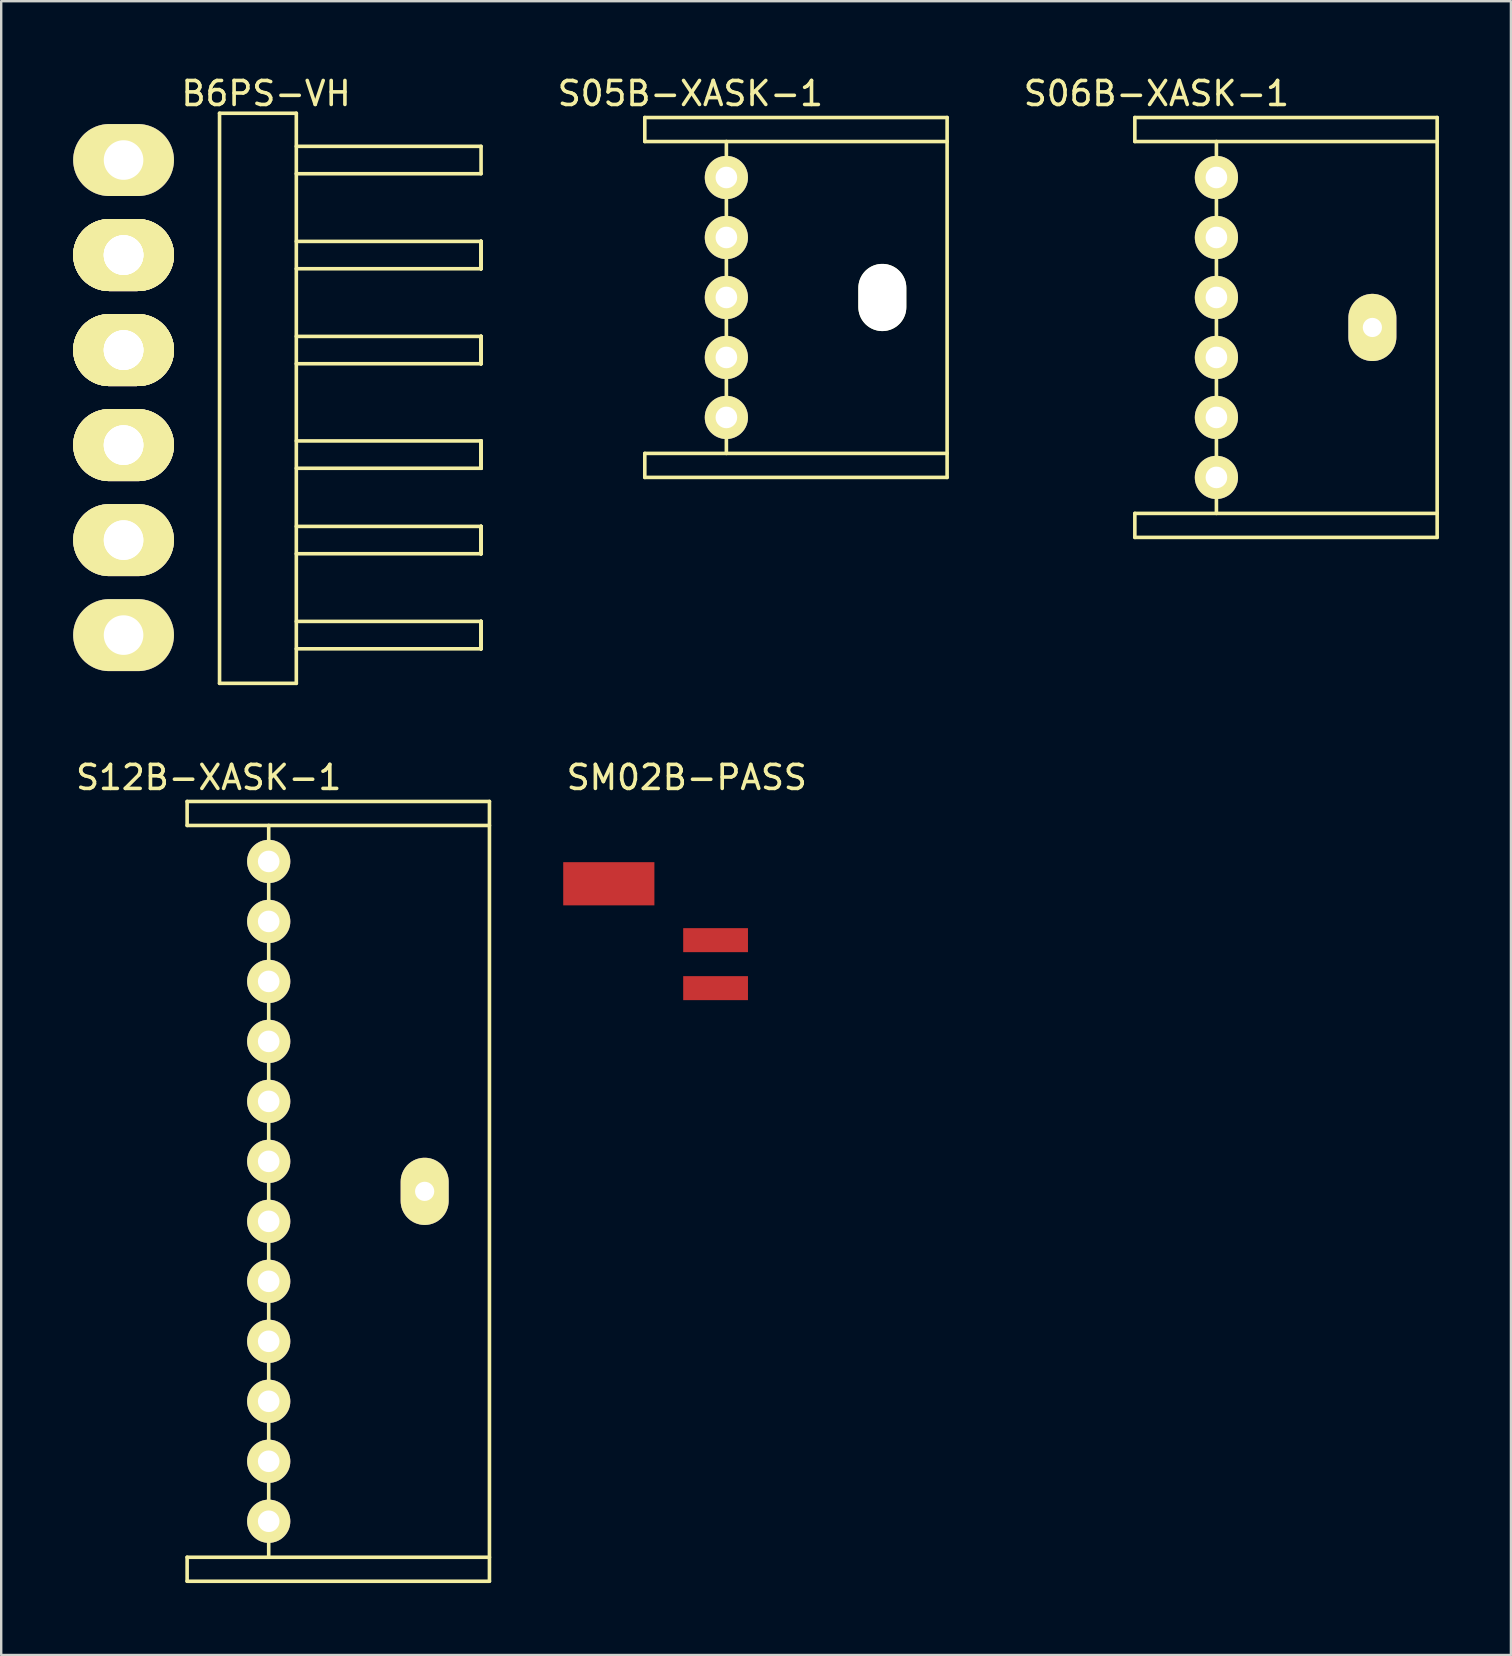
<source format=kicad_pcb>
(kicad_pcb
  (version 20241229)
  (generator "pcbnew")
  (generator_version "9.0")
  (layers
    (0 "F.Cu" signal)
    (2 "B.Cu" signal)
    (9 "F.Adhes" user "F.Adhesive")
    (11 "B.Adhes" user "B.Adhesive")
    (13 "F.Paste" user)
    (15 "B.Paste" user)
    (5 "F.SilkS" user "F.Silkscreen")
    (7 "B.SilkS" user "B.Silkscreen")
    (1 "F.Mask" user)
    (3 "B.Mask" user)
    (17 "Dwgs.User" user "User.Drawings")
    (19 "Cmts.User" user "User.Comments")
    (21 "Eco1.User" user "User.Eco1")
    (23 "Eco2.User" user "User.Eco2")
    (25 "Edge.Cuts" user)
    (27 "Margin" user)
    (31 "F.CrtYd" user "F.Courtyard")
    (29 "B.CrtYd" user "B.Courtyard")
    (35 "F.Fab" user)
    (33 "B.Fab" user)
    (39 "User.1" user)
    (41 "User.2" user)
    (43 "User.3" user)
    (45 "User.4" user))
  (footprint "S06B-XASK-1"
    (placed yes)
    (layer "F.Cu")
    (at 47.648 4.348)
    (property "Reference" "S06B-XASK-1" (at -2.5 -3.5 0) (layer "F.SilkS") (effects (font (size 1 1) (thickness 0.15))))
    (attr through_hole)
    (fp_line (start -3.4 -2.5) (end -3.4 -1.5) (stroke (width 0.15) (type solid)) (layer "F.SilkS"))
    (fp_line (start -3.4 -2.5) (end 9.2 -2.5) (stroke (width 0.15) (type solid)) (layer "F.SilkS"))
    (fp_line (start -3.4 -1.5) (end 9.2 -1.5) (stroke (width 0.15) (type solid)) (layer "F.SilkS"))
    (fp_line (start -3.4 14) (end 9.2 14) (stroke (width 0.15) (type solid)) (layer "F.SilkS"))
    (fp_line (start -3.4 15) (end -3.4 14) (stroke (width 0.15) (type solid)) (layer "F.SilkS"))
    (fp_line (start 0 -1.5) (end 0 14) (stroke (width 0.15) (type solid)) (layer "F.SilkS"))
    (fp_line (start 9.2 -2.5) (end 9.2 15) (stroke (width 0.15) (type solid)) (layer "F.SilkS"))
    (fp_line (start 9.2 15) (end -3.4 15) (stroke (width 0.15) (type solid)) (layer "F.SilkS"))
    (pad "" thru_hole oval (at 6.5 6.25) (size 2 2.8) (drill 0.8) (layers "*.Cu" "*.Mask" "F.SilkS"))
    (pad "1" thru_hole oval (at 0 0) (size 1.8 1.8) (drill 0.9) (layers "*.Cu" "*.Mask" "F.SilkS"))
    (pad "2" thru_hole oval (at 0 2.5) (size 1.8 1.8) (drill 0.9) (layers "*.Cu" "*.Mask" "F.SilkS"))
    (pad "3" thru_hole oval (at 0 5) (size 1.8 1.8) (drill 0.9) (layers "*.Cu" "*.Mask" "F.SilkS"))
    (pad "4" thru_hole oval (at 0 7.5) (size 1.8 1.8) (drill 0.9) (layers "*.Cu" "*.Mask" "F.SilkS"))
    (pad "5" thru_hole oval (at 0 10) (size 1.8 1.8) (drill 0.9) (layers "*.Cu" "*.Mask" "F.SilkS"))
    (pad "6" thru_hole oval (at 0 12.5) (size 1.8 1.8) (drill 0.9) (layers "*.Cu" "*.Mask" "F.SilkS")))
  (footprint "SM02B-PASS"
    (layer "F.Cu")
    (at 25.574 33.934)
    (property "Reference" "SM02B-PASS" (at 0 -4.58 0) (layer "F.SilkS") (effects (font (size 1 1) (thickness 0.15))))
    (attr through_hole)
    (pad "" connect rect (at -3.25 -0.15) (size 3.8 1.8) (layers "F.Cu" "F.Mask"))
    (pad "1" smd rect (at 1.2 2.2) (size 2.7 1) (layers "F.Cu" "F.Mask" "F.Paste"))
    (pad "2" smd rect (at 1.2 4.2) (size 2.7 1) (layers "F.Cu" "F.Mask" "F.Paste")))
  (footprint "B6PS-VH"
    (layer "F.Cu")
    (at 2.1 3.62)
    (property "Reference" "B6PS-VH" (at 5.94 -2.772 0) (layer "F.SilkS") (effects (font (size 1 1) (thickness 0.15))))
    (attr through_hole)
    (fp_line (start 4 -1.95) (end 4 21.81) (stroke (width 0.15) (type solid)) (layer "F.SilkS"))
    (fp_line (start 4 21.81) (end 7.2 21.81) (stroke (width 0.15) (type solid)) (layer "F.SilkS"))
    (fp_line (start 7.2 -1.95) (end 4 -1.95) (stroke (width 0.15) (type solid)) (layer "F.SilkS"))
    (fp_line (start 7.2 -0.57) (end 14.9 -0.57) (stroke (width 0.15) (type solid)) (layer "F.SilkS"))
    (fp_line (start 7.2 3.39) (end 14.9 3.39) (stroke (width 0.15) (type solid)) (layer "F.SilkS"))
    (fp_line (start 7.2 7.35) (end 14.9 7.35) (stroke (width 0.15) (type solid)) (layer "F.SilkS"))
    (fp_line (start 7.2 11.706) (end 14.9 11.706) (stroke (width 0.15) (type solid)) (layer "F.SilkS"))
    (fp_line (start 7.2 15.27) (end 14.9 15.27) (stroke (width 0.15) (type solid)) (layer "F.SilkS"))
    (fp_line (start 7.2 19.23) (end 14.9 19.23) (stroke (width 0.15) (type solid)) (layer "F.SilkS"))
    (fp_line (start 7.2 21.81) (end 7.2 -1.95) (stroke (width 0.15) (type solid)) (layer "F.SilkS"))
    (fp_line (start 14.9 -0.57) (end 14.9 0.57) (stroke (width 0.15) (type solid)) (layer "F.SilkS"))
    (fp_line (start 14.9 0.57) (end 7.2 0.57) (stroke (width 0.15) (type solid)) (layer "F.SilkS"))
    (fp_line (start 14.9 3.39) (end 14.9 4.53) (stroke (width 0.15) (type solid)) (layer "F.SilkS"))
    (fp_line (start 14.9 3.39) (end 14.9 4.53) (stroke (width 0.15) (type solid)) (layer "F.SilkS"))
    (fp_line (start 14.9 3.39) (end 14.9 4.53) (stroke (width 0.15) (type solid)) (layer "F.SilkS"))
    (fp_line (start 14.9 3.39) (end 14.9 4.53) (stroke (width 0.15) (type solid)) (layer "F.SilkS"))
    (fp_line (start 14.9 4.53) (end 7.2 4.53) (stroke (width 0.15) (type solid)) (layer "F.SilkS"))
    (fp_line (start 14.9 7.35) (end 14.9 8.49) (stroke (width 0.15) (type solid)) (layer "F.SilkS"))
    (fp_line (start 14.9 7.35) (end 14.9 8.49) (stroke (width 0.15) (type solid)) (layer "F.SilkS"))
    (fp_line (start 14.9 7.35) (end 14.9 8.49) (stroke (width 0.15) (type solid)) (layer "F.SilkS"))
    (fp_line (start 14.9 7.35) (end 14.9 8.49) (stroke (width 0.15) (type solid)) (layer "F.SilkS"))
    (fp_line (start 14.9 8.49) (end 7.2 8.49) (stroke (width 0.15) (type solid)) (layer "F.SilkS"))
    (fp_line (start 14.9 11.706) (end 14.9 12.846) (stroke (width 0.15) (type solid)) (layer "F.SilkS"))
    (fp_line (start 14.9 11.706) (end 14.9 12.846) (stroke (width 0.15) (type solid)) (layer "F.SilkS"))
    (fp_line (start 14.9 11.706) (end 14.9 12.846) (stroke (width 0.15) (type solid)) (layer "F.SilkS"))
    (fp_line (start 14.9 11.706) (end 14.9 12.846) (stroke (width 0.15) (type solid)) (layer "F.SilkS"))
    (fp_line (start 14.9 12.846) (end 7.2 12.846) (stroke (width 0.15) (type solid)) (layer "F.SilkS"))
    (fp_line (start 14.9 15.27) (end 14.9 16.41) (stroke (width 0.15) (type solid)) (layer "F.SilkS"))
    (fp_line (start 14.9 15.27) (end 14.9 16.41) (stroke (width 0.15) (type solid)) (layer "F.SilkS"))
    (fp_line (start 14.9 15.27) (end 14.9 16.41) (stroke (width 0.15) (type solid)) (layer "F.SilkS"))
    (fp_line (start 14.9 15.27) (end 14.9 16.41) (stroke (width 0.15) (type solid)) (layer "F.SilkS"))
    (fp_line (start 14.9 16.41) (end 7.2 16.41) (stroke (width 0.15) (type solid)) (layer "F.SilkS"))
    (fp_line (start 14.9 19.23) (end 14.9 20.37) (stroke (width 0.15) (type solid)) (layer "F.SilkS"))
    (fp_line (start 14.9 19.23) (end 14.9 20.37) (stroke (width 0.15) (type solid)) (layer "F.SilkS"))
    (fp_line (start 14.9 19.23) (end 14.9 20.37) (stroke (width 0.15) (type solid)) (layer "F.SilkS"))
    (fp_line (start 14.9 19.23) (end 14.9 20.37) (stroke (width 0.15) (type solid)) (layer "F.SilkS"))
    (fp_line (start 14.9 20.37) (end 7.2 20.37) (stroke (width 0.15) (type solid)) (layer "F.SilkS"))
    (pad "1" thru_hole oval (at 0 0) (size 4.2 3) (drill 1.65) (layers "*.Cu" "*.Mask" "F.SilkS"))
    (pad "2" thru_hole oval (at 0 3.96) (size 4.2 3) (drill 1.65) (layers "*.Cu" "*.Mask" "F.SilkS"))
    (pad "2" thru_hole oval (at 0 3.96) (size 4.2 3) (drill 1.65) (layers "*.Cu" "*.Mask" "F.SilkS"))
    (pad "2" thru_hole oval (at 0 3.96) (size 4.2 3) (drill 1.65) (layers "*.Cu" "*.Mask" "F.SilkS"))
    (pad "2" thru_hole oval (at 0 3.96) (size 4.2 3) (drill 1.65) (layers "*.Cu" "*.Mask" "F.SilkS"))
    (pad "3" thru_hole oval (at 0 7.92) (size 4.2 3) (drill 1.65) (layers "*.Cu" "*.Mask" "F.SilkS"))
    (pad "3" thru_hole oval (at 0 7.92) (size 4.2 3) (drill 1.65) (layers "*.Cu" "*.Mask" "F.SilkS"))
    (pad "3" thru_hole oval (at 0 7.92) (size 4.2 3) (drill 1.65) (layers "*.Cu" "*.Mask" "F.SilkS"))
    (pad "3" thru_hole oval (at 0 7.92) (size 4.2 3) (drill 1.65) (layers "*.Cu" "*.Mask" "F.SilkS"))
    (pad "4" thru_hole oval (at 0 11.88) (size 4.2 3) (drill 1.65) (layers "*.Cu" "*.Mask" "F.SilkS"))
    (pad "4" thru_hole oval (at 0 11.88) (size 4.2 3) (drill 1.65) (layers "*.Cu" "*.Mask" "F.SilkS"))
    (pad "4" thru_hole oval (at 0 11.88) (size 4.2 3) (drill 1.65) (layers "*.Cu" "*.Mask" "F.SilkS"))
    (pad "5" thru_hole oval (at 0 15.84) (size 4.2 3) (drill 1.65) (layers "*.Cu" "*.Mask" "F.SilkS"))
    (pad "5" thru_hole oval (at 0 15.84) (size 4.2 3) (drill 1.65) (layers "*.Cu" "*.Mask" "F.SilkS"))
    (pad "6" thru_hole oval (at 0 19.8) (size 4.2 3) (drill 1.65) (layers "*.Cu" "*.Mask" "F.SilkS")))
  (footprint "S05B-XASK-1"
    (layer "F.Cu")
    (at 27.224 4.348)
    (property "Reference" "S05B-XASK-1" (at -1.5 -3.5 0) (layer "F.SilkS") (effects (font (size 1 1) (thickness 0.15))))
    (attr through_hole)
    (fp_line (start -3.4 -2.5) (end -3.4 -1.5) (stroke (width 0.15) (type solid)) (layer "F.SilkS"))
    (fp_line (start -3.4 -2.5) (end 9.2 -2.5) (stroke (width 0.15) (type solid)) (layer "F.SilkS"))
    (fp_line (start -3.4 -1.5) (end 9.2 -1.5) (stroke (width 0.15) (type solid)) (layer "F.SilkS"))
    (fp_line (start -3.4 11.5) (end 9.2 11.5) (stroke (width 0.15) (type solid)) (layer "F.SilkS"))
    (fp_line (start -3.4 12.5) (end -3.4 11.5) (stroke (width 0.15) (type solid)) (layer "F.SilkS"))
    (fp_line (start 0 -1.5) (end 0 11.5) (stroke (width 0.15) (type solid)) (layer "F.SilkS"))
    (fp_line (start 9.2 -2.5) (end 9.2 12.5) (stroke (width 0.15) (type solid)) (layer "F.SilkS"))
    (fp_line (start 9.2 12.5) (end -3.4 12.5) (stroke (width 0.15) (type solid)) (layer "F.SilkS"))
    (pad "" np_thru_hole oval (at 6.5 5) (size 2 2.8) (drill oval 2 2.8) (layers "*.Cu" "*.Mask" "F.SilkS"))
    (pad "1" thru_hole oval (at 0 0) (size 1.8 1.8) (drill 0.9) (layers "*.Cu" "*.Mask" "F.SilkS"))
    (pad "2" thru_hole oval (at 0 2.5) (size 1.8 1.8) (drill 0.9) (layers "*.Cu" "*.Mask" "F.SilkS"))
    (pad "3" thru_hole oval (at 0 5) (size 1.8 1.8) (drill 0.9) (layers "*.Cu" "*.Mask" "F.SilkS"))
    (pad "4" thru_hole oval (at 0 7.5) (size 1.8 1.8) (drill 0.9) (layers "*.Cu" "*.Mask" "F.SilkS"))
    (pad "5" thru_hole oval (at 0 10) (size 1.8 1.8) (drill 0.9) (layers "*.Cu" "*.Mask" "F.SilkS")))
  (footprint "S12B-XASK-1"
    (placed yes)
    (layer "F.Cu")
    (at 8.149 32.853)
    (property "Reference" "S12B-XASK-1" (at -2.5 -3.5 0) (layer "F.SilkS") (effects (font (size 1 1) (thickness 0.15))))
    (attr through_hole)
    (fp_line (start -3.4 -2.5) (end -3.4 -1.5) (stroke (width 0.15) (type solid)) (layer "F.SilkS"))
    (fp_line (start -3.4 -2.5) (end 9.2 -2.5) (stroke (width 0.15) (type solid)) (layer "F.SilkS"))
    (fp_line (start -3.4 -1.5) (end 9.2 -1.5) (stroke (width 0.15) (type solid)) (layer "F.SilkS"))
    (fp_line (start -3.4 29) (end 9.2 29) (stroke (width 0.15) (type solid)) (layer "F.SilkS"))
    (fp_line (start -3.4 30) (end -3.4 29) (stroke (width 0.15) (type solid)) (layer "F.SilkS"))
    (fp_line (start 0 -1.5) (end 0 29) (stroke (width 0.15) (type solid)) (layer "F.SilkS"))
    (fp_line (start 9.2 -2.5) (end 9.2 30) (stroke (width 0.15) (type solid)) (layer "F.SilkS"))
    (fp_line (start 9.2 30) (end -3.4 30) (stroke (width 0.15) (type solid)) (layer "F.SilkS"))
    (pad "" thru_hole oval (at 6.5 13.75) (size 2 2.8) (drill 0.8) (layers "*.Cu" "*.Mask" "F.SilkS"))
    (pad "1" thru_hole oval (at 0 0) (size 1.8 1.8) (drill 0.9) (layers "*.Cu" "*.Mask" "F.SilkS"))
    (pad "2" thru_hole oval (at 0 2.5) (size 1.8 1.8) (drill 0.9) (layers "*.Cu" "*.Mask" "F.SilkS"))
    (pad "3" thru_hole oval (at 0 5) (size 1.8 1.8) (drill 0.9) (layers "*.Cu" "*.Mask" "F.SilkS"))
    (pad "4" thru_hole oval (at 0 7.5) (size 1.8 1.8) (drill 0.9) (layers "*.Cu" "*.Mask" "F.SilkS"))
    (pad "5" thru_hole oval (at 0 10) (size 1.8 1.8) (drill 0.9) (layers "*.Cu" "*.Mask" "F.SilkS"))
    (pad "6" thru_hole oval (at 0 12.5) (size 1.8 1.8) (drill 0.9) (layers "*.Cu" "*.Mask" "F.SilkS"))
    (pad "7" thru_hole oval (at 0 15) (size 1.8 1.8) (drill 0.9) (layers "*.Cu" "*.Mask" "F.SilkS"))
    (pad "8" thru_hole oval (at 0 17.5) (size 1.8 1.8) (drill 0.9) (layers "*.Cu" "*.Mask" "F.SilkS"))
    (pad "9" thru_hole oval (at 0 20) (size 1.8 1.8) (drill 0.9) (layers "*.Cu" "*.Mask" "F.SilkS"))
    (pad "10" thru_hole oval (at 0 22.5) (size 1.8 1.8) (drill 0.9) (layers "*.Cu" "*.Mask" "F.SilkS"))
    (pad "11" thru_hole oval (at 0 25) (size 1.8 1.8) (drill 0.9) (layers "*.Cu" "*.Mask" "F.SilkS"))
    (pad "12" thru_hole oval (at 0 27.5) (size 1.8 1.8) (drill 0.9) (layers "*.Cu" "*.Mask" "F.SilkS")))
  (gr_rect
    (start -3 -3)
    (end 59.923 65.928)
    (stroke (width 0.1) (type default))
    (fill no)
    (layer "Edge.Cuts")))
</source>
